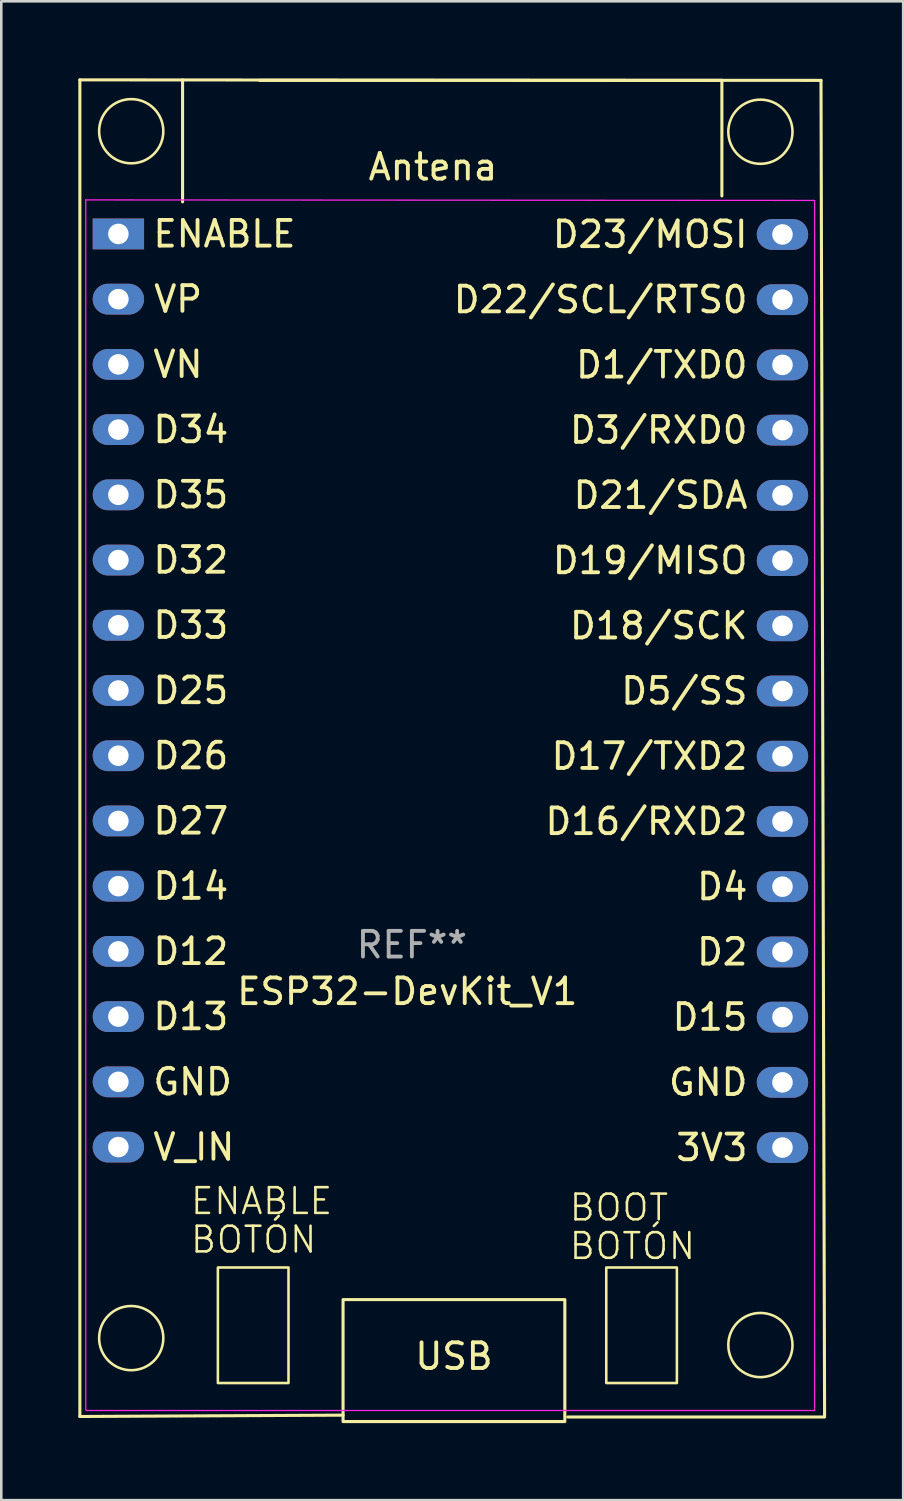
<source format=kicad_pcb>
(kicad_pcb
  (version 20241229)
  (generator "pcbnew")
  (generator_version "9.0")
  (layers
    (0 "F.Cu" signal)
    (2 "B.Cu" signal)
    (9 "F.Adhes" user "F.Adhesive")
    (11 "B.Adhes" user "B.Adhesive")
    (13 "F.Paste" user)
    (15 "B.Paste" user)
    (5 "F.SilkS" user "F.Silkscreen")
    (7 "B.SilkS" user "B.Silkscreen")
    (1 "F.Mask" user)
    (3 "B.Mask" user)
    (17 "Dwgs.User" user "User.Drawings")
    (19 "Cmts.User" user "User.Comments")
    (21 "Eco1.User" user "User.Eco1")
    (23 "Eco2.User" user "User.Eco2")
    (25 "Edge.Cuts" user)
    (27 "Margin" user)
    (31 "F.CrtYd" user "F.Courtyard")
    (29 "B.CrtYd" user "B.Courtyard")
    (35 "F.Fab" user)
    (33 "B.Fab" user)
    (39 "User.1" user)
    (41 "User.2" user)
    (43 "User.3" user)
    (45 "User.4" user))
  (footprint "ESP32-DevKit_V1"
    (layer "F.Cu")
    (at 1.56 6.06)
    (property "Reference" "ESP32-DevKit_V1" (at 11.25 29.5 0) (layer "F.SilkS") (effects (font (size 1 1) (thickness 0.15))))
    (attr through_hole)
    (fp_line (start -1.5 46.052) (end -1.5 -6) (stroke (width 0.12) (type solid)) (layer "F.SilkS"))
    (fp_line (start -1.5 46.052) (end 8.75 46) (stroke (width 0.12) (type solid)) (layer "F.SilkS"))
    (fp_line (start 2.5 -1.25) (end 2.5 -6) (stroke (width 0.12) (type default)) (layer "F.SilkS"))
    (fp_line (start 5.502 -5.98) (end 23.502 -5.98) (stroke (width 0.12) (type default)) (layer "F.SilkS"))
    (fp_line (start 23.502 -5.98) (end 23.502 -1.48) (stroke (width 0.12) (type default)) (layer "F.SilkS"))
    (fp_line (start 27.362 -5.98) (end -1.5 -6) (stroke (width 0.12) (type solid)) (layer "F.SilkS"))
    (fp_line (start 27.502 46.02) (end 27.362 -5.98) (stroke (width 0.12) (type solid)) (layer "F.SilkS"))
    (fp_line (start 27.502 46.072) (end 17.5 46.072) (stroke (width 0.12) (type default)) (layer "F.SilkS"))
    (fp_rect (start 3.875 40.25) (end 6.625 44.75) (stroke (width 0.1) (type default)) (fill no) (layer "F.SilkS"))
    (fp_rect (start 8.75 41.5) (end 17.386 46.25) (stroke (width 0.12) (type solid)) (fill no) (layer "F.SilkS"))
    (fp_rect (start 19 40.25) (end 21.75 44.75) (stroke (width 0.1) (type default)) (fill no) (layer "F.SilkS"))
    (fp_circle (center 0.5 -4) (end 1.75 -4) (stroke (width 0.1) (type default)) (fill no) (layer "F.SilkS"))
    (fp_circle (center 0.5 43) (end 1.75 43) (stroke (width 0.1) (type default)) (fill no) (layer "F.SilkS"))
    (fp_circle (center 25.002 -3.98) (end 26.252 -3.98) (stroke (width 0.1) (type default)) (fill no) (layer "F.SilkS"))
    (fp_circle (center 25.002 43.27) (end 26.252 43.27) (stroke (width 0.1) (type default)) (fill no) (layer "F.SilkS"))
    (fp_line (start -1.27 -1.325) (end 27.112 -1.305) (stroke (width 0.05) (type solid)) (layer "F.CrtYd"))
    (fp_line (start -1.27 45.798) (end -1.27 -1.325) (stroke (width 0.05) (type solid)) (layer "F.CrtYd"))
    (fp_line (start 27.112 -1.305) (end 27.112 45.818) (stroke (width 0.05) (type solid)) (layer "F.CrtYd"))
    (fp_line (start 27.112 45.818) (end -1.25 45.818) (stroke (width 0.05) (type solid)) (layer "F.CrtYd"))
    (fp_text user "D2" (at 24.592 27.96 0) (unlocked yes) (layer "F.SilkS") (effects (font (size 1 1) (thickness 0.15)) (justify right)))
    (fp_text user "USB" (at 13.068 44.294 0) (unlocked yes) (layer "F.SilkS") (effects (font (size 1 1) (thickness 0.15)) (justify bottom)))
    (fp_text user "D16/RXD2" (at 24.592 22.88 0) (unlocked yes) (layer "F.SilkS") (effects (font (size 1 1) (thickness 0.15)) (justify right)))
    (fp_text user "D35" (at 1.27 10.16 0) (unlocked yes) (layer "F.SilkS") (effects (font (size 1 1) (thickness 0.15)) (justify left)))
    (fp_text user "D12" (at 1.27 27.94 0) (unlocked yes) (layer "F.SilkS") (effects (font (size 1 1) (thickness 0.15)) (justify left)))
    (fp_text user "GND" (at 24.592 33.04 0) (unlocked yes) (layer "F.SilkS") (effects (font (size 1 1) (thickness 0.15)) (justify right)))
    (fp_text user "D1/TXD0" (at 24.592 5.1 0) (unlocked yes) (layer "F.SilkS") (effects (font (size 1 1) (thickness 0.15)) (justify right)))
    (fp_text user "Antena" (at 12.25 -2.608 0) (unlocked yes) (layer "F.SilkS") (effects (font (size 1 1) (thickness 0.15))))
    (fp_text user "D23/MOSI" (at 24.592 0.02 0) (unlocked yes) (layer "F.SilkS") (effects (font (size 1 1) (thickness 0.15)) (justify right)))
    (fp_text user "D5/SS" (at 24.592 17.8 0) (unlocked yes) (layer "F.SilkS") (effects (font (size 1 1) (thickness 0.15)) (justify right)))
    (fp_text user "D32" (at 1.27 12.7 0) (unlocked yes) (layer "F.SilkS") (effects (font (size 1 1) (thickness 0.15)) (justify left)))
    (fp_text user "D25" (at 1.27 17.78 0) (unlocked yes) (layer "F.SilkS") (effects (font (size 1 1) (thickness 0.15)) (justify left)))
    (fp_text user "D15" (at 24.592 30.5 0) (unlocked yes) (layer "F.SilkS") (effects (font (size 1 1) (thickness 0.15)) (justify right)))
    (fp_text user "D19/MISO" (at 24.592 12.72 0) (unlocked yes) (layer "F.SilkS") (effects (font (size 1 1) (thickness 0.15)) (justify right)))
    (fp_text user "D26" (at 1.27 20.32 0) (unlocked yes) (layer "F.SilkS") (effects (font (size 1 1) (thickness 0.15)) (justify left)))
    (fp_text user "BOOT" (at 17.5 38.5 0) (unlocked yes) (layer "F.SilkS") (effects (font (size 1 1) (thickness 0.1)) (justify left bottom)))
    (fp_text user "D22/SCL/RTS0" (at 24.592 2.56 0) (unlocked yes) (layer "F.SilkS") (effects (font (size 1 1) (thickness 0.15)) (justify right)))
    (fp_text user "D34" (at 1.27 7.62 0) (unlocked yes) (layer "F.SilkS") (effects (font (size 1 1) (thickness 0.15)) (justify left)))
    (fp_text user "VP" (at 1.3 2.54 0) (unlocked yes) (layer "F.SilkS") (effects (font (size 1 1) (thickness 0.15)) (justify left)))
    (fp_text user "ENABLE" (at 2.75 38.25 0) (unlocked yes) (layer "F.SilkS") (effects (font (size 1 1) (thickness 0.1)) (justify left bottom)))
    (fp_text user "D14" (at 1.27 25.4 0) (unlocked yes) (layer "F.SilkS") (effects (font (size 1 1) (thickness 0.15)) (justify left)))
    (fp_text user "VN" (at 1.27 5.08 0) (unlocked yes) (layer "F.SilkS") (effects (font (size 1 1) (thickness 0.15)) (justify left)))
    (fp_text user "D33" (at 1.27 15.24 0) (unlocked yes) (layer "F.SilkS") (effects (font (size 1 1) (thickness 0.15)) (justify left)))
    (fp_text user "D13" (at 1.27 30.48 0) (unlocked yes) (layer "F.SilkS") (effects (font (size 1 1) (thickness 0.15)) (justify left)))
    (fp_text user "D21/SDA" (at 24.592 10.18 0) (unlocked yes) (layer "F.SilkS") (effects (font (size 1 1) (thickness 0.15)) (justify right)))
    (fp_text user "D4" (at 24.592 25.42 0) (unlocked yes) (layer "F.SilkS") (effects (font (size 1 1) (thickness 0.15)) (justify right)))
    (fp_text user "BOTÓN" (at 17.5 40 0) (unlocked yes) (layer "F.SilkS") (effects (font (size 1 1) (thickness 0.1)) (justify left bottom)))
    (fp_text user "ENABLE" (at 1.27 0 0) (unlocked yes) (layer "F.SilkS") (effects (font (size 1 1) (thickness 0.15)) (justify left)))
    (fp_text user "V_IN" (at 1.27 35.56 0) (unlocked yes) (layer "F.SilkS") (effects (font (size 1 1) (thickness 0.15)) (justify left)))
    (fp_text user "D18/SCK" (at 24.592 15.26 0) (unlocked yes) (layer "F.SilkS") (effects (font (size 1 1) (thickness 0.15)) (justify right)))
    (fp_text user "D3/RXD0" (at 24.592 7.64 0) (unlocked yes) (layer "F.SilkS") (effects (font (size 1 1) (thickness 0.15)) (justify right)))
    (fp_text user "D27" (at 1.27 22.86 0) (unlocked yes) (layer "F.SilkS") (effects (font (size 1 1) (thickness 0.15)) (justify left)))
    (fp_text user "3V3" (at 24.592 35.58 0) (unlocked yes) (layer "F.SilkS") (effects (font (size 1 1) (thickness 0.15)) (justify right)))
    (fp_text user "GND" (at 1.27 33.02 0) (unlocked yes) (layer "F.SilkS") (effects (font (size 1 1) (thickness 0.15)) (justify left)))
    (fp_text user "D17/TXD2" (at 24.592 20.34 0) (unlocked yes) (layer "F.SilkS") (effects (font (size 1 1) (thickness 0.15)) (justify right)))
    (fp_text user "BOTÓN" (at 2.75 39.75 0) (unlocked yes) (layer "F.SilkS") (effects (font (size 1 1) (thickness 0.1)) (justify left bottom)))
    (fp_text user "REF**" (at 11.43 27.686 0) (layer "F.Fab") (effects (font (size 1 1) (thickness 0.15))))
    (pad "1" thru_hole rect (at 0 0 270) (size 1.2 2) (drill 0.8) (layers "*.Cu" "*.Mask"))
    (pad "2" thru_hole oval (at 0 2.54 270) (size 1.2 2) (drill 0.8) (layers "*.Cu" "*.Mask"))
    (pad "3" thru_hole oval (at 0 5.08 270) (size 1.2 2) (drill 0.8) (layers "*.Cu" "*.Mask"))
    (pad "4" thru_hole oval (at 0 7.62 270) (size 1.2 2) (drill 0.8) (layers "*.Cu" "*.Mask"))
    (pad "5" thru_hole oval (at 0 10.16 270) (size 1.2 2) (drill 0.8) (layers "*.Cu" "*.Mask"))
    (pad "6" thru_hole oval (at 0 12.7 270) (size 1.2 2) (drill 0.8) (layers "*.Cu" "*.Mask"))
    (pad "7" thru_hole oval (at 0 15.24 270) (size 1.2 2) (drill 0.8) (layers "*.Cu" "*.Mask"))
    (pad "8" thru_hole oval (at 0 17.78 270) (size 1.2 2) (drill 0.8) (layers "*.Cu" "*.Mask"))
    (pad "9" thru_hole oval (at 0 20.32 270) (size 1.2 2) (drill 0.8) (layers "*.Cu" "*.Mask"))
    (pad "10" thru_hole oval (at 0 22.86 270) (size 1.2 2) (drill 0.8) (layers "*.Cu" "*.Mask"))
    (pad "11" thru_hole oval (at 0 25.4 270) (size 1.2 2) (drill 0.8) (layers "*.Cu" "*.Mask"))
    (pad "12" thru_hole oval (at 0 27.94 270) (size 1.2 2) (drill 0.8) (layers "*.Cu" "*.Mask"))
    (pad "13" thru_hole oval (at 0 30.48 270) (size 1.2 2) (drill 0.8) (layers "*.Cu" "*.Mask"))
    (pad "14" thru_hole oval (at 0 33.02 270) (size 1.2 2) (drill 0.8) (layers "*.Cu" "*.Mask"))
    (pad "15" thru_hole oval (at 0 35.56 270) (size 1.2 2) (drill 0.8) (layers "*.Cu" "*.Mask"))
    (pad "16" thru_hole oval (at 25.862 35.58 270) (size 1.2 2) (drill 0.8) (layers "*.Cu" "*.Mask"))
    (pad "17" thru_hole oval (at 25.862 33.04 270) (size 1.2 2) (drill 0.8) (layers "*.Cu" "*.Mask"))
    (pad "18" thru_hole oval (at 25.862 30.5 270) (size 1.2 2) (drill 0.8) (layers "*.Cu" "*.Mask"))
    (pad "19" thru_hole oval (at 25.862 27.96 270) (size 1.2 2) (drill 0.8) (layers "*.Cu" "*.Mask"))
    (pad "20" thru_hole oval (at 25.862 25.42 270) (size 1.2 2) (drill 0.8) (layers "*.Cu" "*.Mask"))
    (pad "21" thru_hole oval (at 25.862 22.88 270) (size 1.2 2) (drill 0.8) (layers "*.Cu" "*.Mask"))
    (pad "22" thru_hole oval (at 25.862 20.34 270) (size 1.2 2) (drill 0.8) (layers "*.Cu" "*.Mask"))
    (pad "23" thru_hole oval (at 25.862 17.8 270) (size 1.2 2) (drill 0.8) (layers "*.Cu" "*.Mask"))
    (pad "24" thru_hole oval (at 25.862 15.26 270) (size 1.2 2) (drill 0.8) (layers "*.Cu" "*.Mask"))
    (pad "25" thru_hole oval (at 25.862 12.72 270) (size 1.2 2) (drill 0.8) (layers "*.Cu" "*.Mask"))
    (pad "26" thru_hole oval (at 25.862 10.18 270) (size 1.2 2) (drill 0.8) (layers "*.Cu" "*.Mask"))
    (pad "27" thru_hole oval (at 25.862 7.64 270) (size 1.2 2) (drill 0.8) (layers "*.Cu" "*.Mask"))
    (pad "28" thru_hole oval (at 25.862 5.1 270) (size 1.2 2) (drill 0.8) (layers "*.Cu" "*.Mask"))
    (pad "29" thru_hole oval (at 25.862 2.56 270) (size 1.2 2) (drill 0.8) (layers "*.Cu" "*.Mask"))
    (pad "30" thru_hole oval (at 25.862 0.02 270) (size 1.2 2) (drill 0.8) (layers "*.Cu" "*.Mask")))
  (gr_rect
    (start -3 -3)
    (end 32.122 55.37)
    (stroke (width 0.1) (type default))
    (fill no)
    (layer "Edge.Cuts")))
</source>
